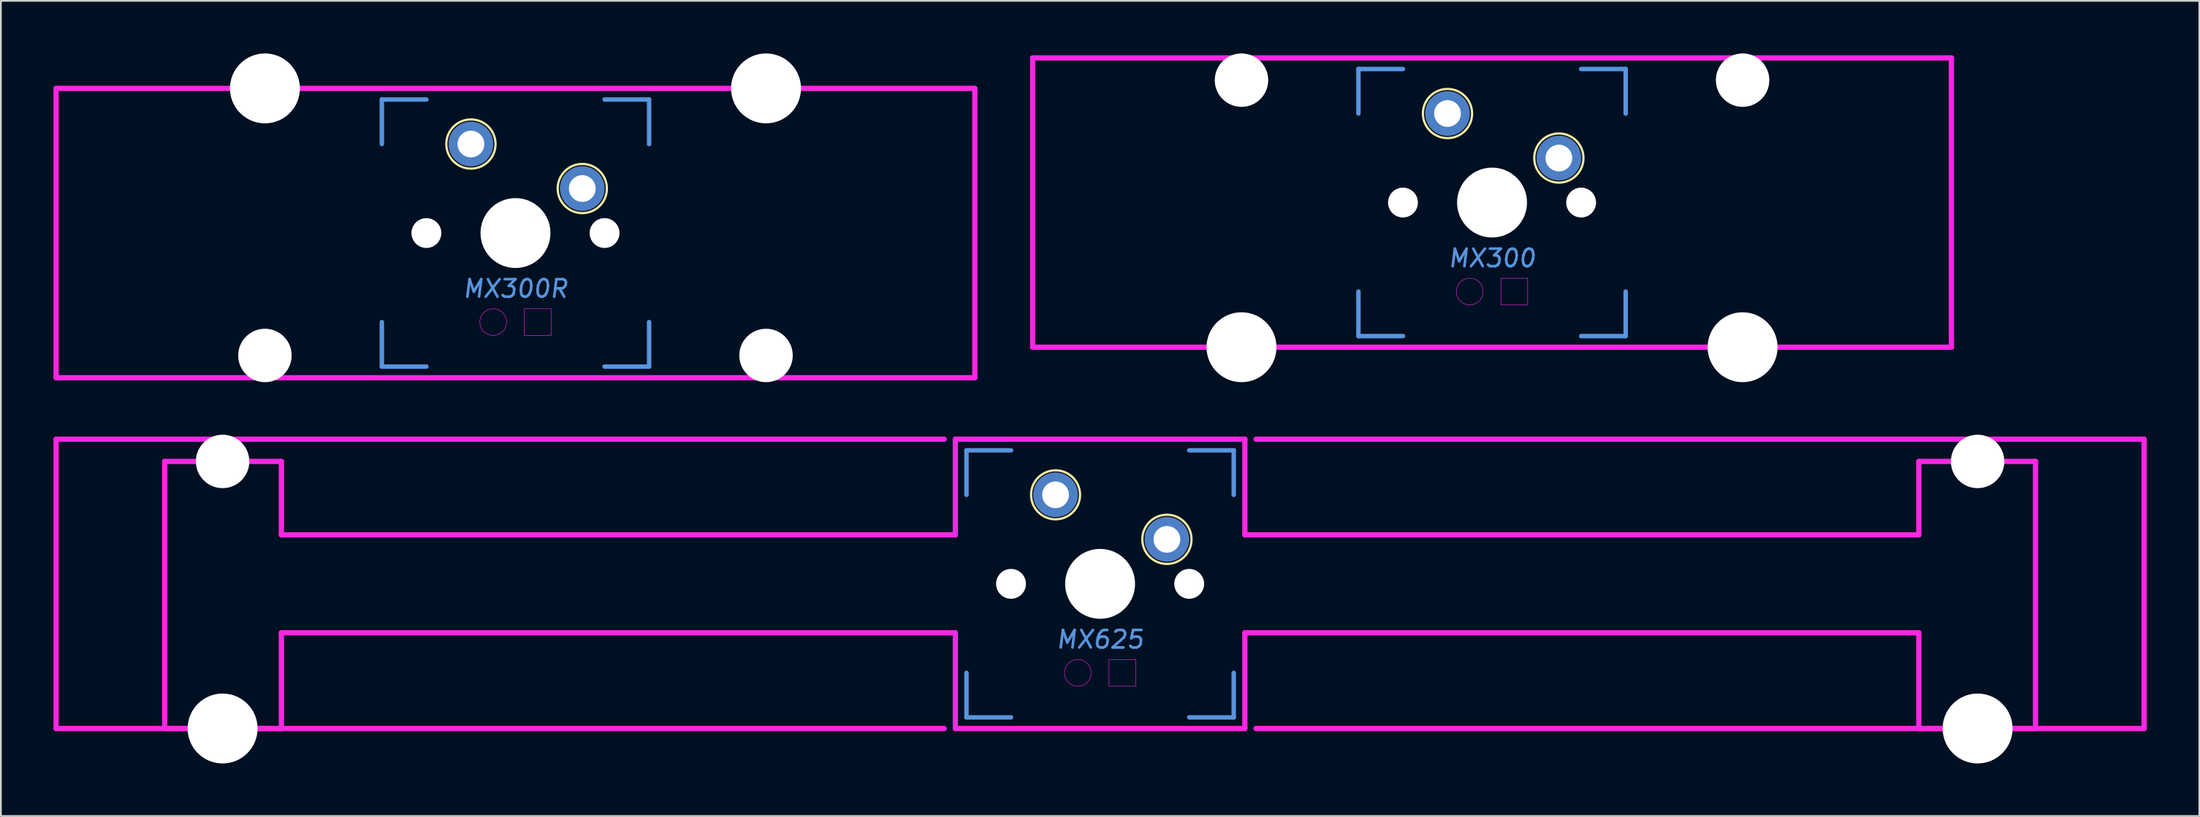
<source format=kicad_pcb>
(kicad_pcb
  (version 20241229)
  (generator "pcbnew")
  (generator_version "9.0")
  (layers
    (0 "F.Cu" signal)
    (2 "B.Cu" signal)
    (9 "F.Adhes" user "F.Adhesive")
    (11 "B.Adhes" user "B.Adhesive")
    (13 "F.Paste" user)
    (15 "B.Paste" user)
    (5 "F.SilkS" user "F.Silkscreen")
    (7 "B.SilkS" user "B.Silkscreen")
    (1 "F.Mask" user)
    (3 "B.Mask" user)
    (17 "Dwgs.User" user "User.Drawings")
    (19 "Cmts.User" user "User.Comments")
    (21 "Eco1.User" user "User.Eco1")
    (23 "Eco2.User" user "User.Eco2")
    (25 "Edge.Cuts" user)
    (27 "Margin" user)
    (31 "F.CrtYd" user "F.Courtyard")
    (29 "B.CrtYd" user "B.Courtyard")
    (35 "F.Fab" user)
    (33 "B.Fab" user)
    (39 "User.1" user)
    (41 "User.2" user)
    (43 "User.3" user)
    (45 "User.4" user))
  (footprint "MX300R"
    (layer "F.Cu")
    (at 26.344 10.249)
    (property "Reference" "MX300R" (at 0 3.175 0) (layer "Cmts.User") (effects (font (size 1 1) (thickness 0.15) (italic yes))))
    (attr through_hole)
    (fp_circle (center -2.54 -5.08) (end -1.143 -4.953) (stroke (width 0.127) (type solid)) (fill no) (layer "F.SilkS"))
    (fp_circle (center 3.81 -2.54) (end 5.207 -2.413) (stroke (width 0.127) (type solid)) (fill no) (layer "F.SilkS"))
    (fp_line (start -7.62 -7.62) (end -7.62 -5.08) (stroke (width 0.254) (type solid)) (layer "Cmts.User"))
    (fp_line (start -7.62 -7.62) (end -5.08 -7.62) (stroke (width 0.254) (type solid)) (layer "Cmts.User"))
    (fp_line (start -7.62 7.62) (end -7.62 5.08) (stroke (width 0.254) (type solid)) (layer "Cmts.User"))
    (fp_line (start -7.62 7.62) (end -5.08 7.62) (stroke (width 0.254) (type solid)) (layer "Cmts.User"))
    (fp_line (start 7.62 -7.62) (end 5.08 -7.62) (stroke (width 0.254) (type solid)) (layer "Cmts.User"))
    (fp_line (start 7.62 -7.62) (end 7.62 -5.08) (stroke (width 0.254) (type solid)) (layer "Cmts.User"))
    (fp_line (start 7.62 7.62) (end 5.08 7.62) (stroke (width 0.254) (type solid)) (layer "Cmts.User"))
    (fp_line (start 7.62 7.62) (end 7.62 5.08) (stroke (width 0.254) (type solid)) (layer "Cmts.User"))
    (fp_line (start -26.194 -8.255) (end -26.194 8.255) (stroke (width 0.3) (type solid)) (layer "F.CrtYd"))
    (fp_line (start -26.194 -8.255) (end 26.194 -8.255) (stroke (width 0.3) (type solid)) (layer "F.CrtYd"))
    (fp_line (start -26.194 8.255) (end 26.194 8.255) (stroke (width 0.3) (type solid)) (layer "F.CrtYd"))
    (fp_line (start 0.508 4.318) (end 2.032 4.318) (stroke (width 0.025) (type solid)) (layer "F.CrtYd"))
    (fp_line (start 0.508 5.842) (end 0.508 4.318) (stroke (width 0.025) (type solid)) (layer "F.CrtYd"))
    (fp_line (start 2.032 4.318) (end 2.032 5.842) (stroke (width 0.025) (type solid)) (layer "F.CrtYd"))
    (fp_line (start 2.032 5.842) (end 0.508 5.842) (stroke (width 0.025) (type solid)) (layer "F.CrtYd"))
    (fp_line (start 26.194 -8.255) (end 26.194 8.255) (stroke (width 0.3) (type solid)) (layer "F.CrtYd"))
    (fp_circle (center -1.27 5.08) (end -0.508 5.08) (stroke (width 0.025) (type solid)) (fill no) (layer "F.CrtYd"))
    (pad "" np_thru_hole circle (at -14.287 -8.255) (size 3.988 3.988) (drill 3.988) (layers "*.Cu" "*.Mask"))
    (pad "" np_thru_hole circle (at -14.287 6.985) (size 3.048 3.048) (drill 3.048) (layers "*.Cu" "*.Mask"))
    (pad "" np_thru_hole circle (at -5.08 0) (size 1.702 1.702) (drill 1.702) (layers "*.Cu" "*.Mask"))
    (pad "" np_thru_hole circle (at 0 0) (size 3.988 3.988) (drill 3.988) (layers "*.Cu" "*.Mask"))
    (pad "" np_thru_hole circle (at 5.08 0) (size 1.702 1.702) (drill 1.702) (layers "*.Cu" "*.Mask"))
    (pad "" np_thru_hole circle (at 14.287 -8.255) (size 3.988 3.988) (drill 3.988) (layers "*.Cu" "*.Mask"))
    (pad "" np_thru_hole circle (at 14.287 6.985) (size 3.048 3.048) (drill 3.048) (layers "*.Cu" "*.Mask"))
    (pad "1" thru_hole circle (at 3.81 -2.54) (size 2.54 2.54) (drill 1.524) (layers "*.Cu" "*.Mask"))
    (pad "2" thru_hole circle (at -2.54 -5.08) (size 2.54 2.54) (drill 1.524) (layers "*.Cu" "*.Mask")))
  (footprint "MX300"
    (layer "F.Cu")
    (at 82.031 8.509)
    (property "Reference" "MX300" (at 0 3.175 0) (layer "Cmts.User") (effects (font (size 1 1) (thickness 0.15) (italic yes))))
    (attr through_hole)
    (fp_circle (center -2.54 -5.08) (end -1.143 -4.953) (stroke (width 0.127) (type solid)) (fill no) (layer "F.SilkS"))
    (fp_circle (center 3.81 -2.54) (end 5.207 -2.413) (stroke (width 0.127) (type solid)) (fill no) (layer "F.SilkS"))
    (fp_line (start -7.62 -7.62) (end -7.62 -5.08) (stroke (width 0.254) (type solid)) (layer "Cmts.User"))
    (fp_line (start -7.62 -7.62) (end -5.08 -7.62) (stroke (width 0.254) (type solid)) (layer "Cmts.User"))
    (fp_line (start -7.62 7.62) (end -7.62 5.08) (stroke (width 0.254) (type solid)) (layer "Cmts.User"))
    (fp_line (start -7.62 7.62) (end -5.08 7.62) (stroke (width 0.254) (type solid)) (layer "Cmts.User"))
    (fp_line (start 7.62 -7.62) (end 5.08 -7.62) (stroke (width 0.254) (type solid)) (layer "Cmts.User"))
    (fp_line (start 7.62 -7.62) (end 7.62 -5.08) (stroke (width 0.254) (type solid)) (layer "Cmts.User"))
    (fp_line (start 7.62 7.62) (end 5.08 7.62) (stroke (width 0.254) (type solid)) (layer "Cmts.User"))
    (fp_line (start 7.62 7.62) (end 7.62 5.08) (stroke (width 0.254) (type solid)) (layer "Cmts.User"))
    (fp_line (start -26.194 -8.255) (end -26.194 8.255) (stroke (width 0.3) (type solid)) (layer "F.CrtYd"))
    (fp_line (start -26.194 -8.255) (end 26.194 -8.255) (stroke (width 0.3) (type solid)) (layer "F.CrtYd"))
    (fp_line (start -26.194 8.255) (end 26.194 8.255) (stroke (width 0.3) (type solid)) (layer "F.CrtYd"))
    (fp_line (start 0.508 4.318) (end 2.032 4.318) (stroke (width 0.025) (type solid)) (layer "F.CrtYd"))
    (fp_line (start 0.508 5.842) (end 0.508 4.318) (stroke (width 0.025) (type solid)) (layer "F.CrtYd"))
    (fp_line (start 2.032 4.318) (end 2.032 5.842) (stroke (width 0.025) (type solid)) (layer "F.CrtYd"))
    (fp_line (start 2.032 5.842) (end 0.508 5.842) (stroke (width 0.025) (type solid)) (layer "F.CrtYd"))
    (fp_line (start 26.194 -8.255) (end 26.194 8.255) (stroke (width 0.3) (type solid)) (layer "F.CrtYd"))
    (fp_circle (center -1.27 5.08) (end -0.508 5.08) (stroke (width 0.025) (type solid)) (fill no) (layer "F.CrtYd"))
    (pad "" np_thru_hole circle (at -14.287 -6.985) (size 3.048 3.048) (drill 3.048) (layers "*.Cu" "*.Mask"))
    (pad "" np_thru_hole circle (at -14.287 8.255) (size 3.988 3.988) (drill 3.988) (layers "*.Cu" "*.Mask"))
    (pad "" np_thru_hole circle (at -5.08 0) (size 1.702 1.702) (drill 1.702) (layers "*.Cu" "*.Mask"))
    (pad "" np_thru_hole circle (at 0 0) (size 3.988 3.988) (drill 3.988) (layers "*.Cu" "*.Mask"))
    (pad "" np_thru_hole circle (at 5.08 0) (size 1.702 1.702) (drill 1.702) (layers "*.Cu" "*.Mask"))
    (pad "" np_thru_hole circle (at 14.287 -6.985) (size 3.048 3.048) (drill 3.048) (layers "*.Cu" "*.Mask"))
    (pad "" np_thru_hole circle (at 14.287 8.255) (size 3.988 3.988) (drill 3.988) (layers "*.Cu" "*.Mask"))
    (pad "1" thru_hole circle (at 3.81 -2.54) (size 2.54 2.54) (drill 1.524) (layers "*.Cu" "*.Mask"))
    (pad "2" thru_hole circle (at -2.54 -5.08) (size 2.54 2.54) (drill 1.524) (layers "*.Cu" "*.Mask")))
  (footprint "MX625"
    (layer "F.Cu")
    (at 59.681 30.267)
    (property "Reference" "MX625" (at 0 3.175 0) (layer "Cmts.User") (effects (font (size 1 1) (thickness 0.15) (italic yes))))
    (attr through_hole)
    (fp_circle (center -2.54 -5.08) (end -1.143 -5.08) (stroke (width 0.127) (type solid)) (fill no) (layer "F.SilkS"))
    (fp_circle (center 3.81 -2.54) (end 5.207 -2.413) (stroke (width 0.127) (type solid)) (fill no) (layer "F.SilkS"))
    (fp_line (start -7.62 -7.62) (end -7.62 -5.08) (stroke (width 0.254) (type solid)) (layer "Cmts.User"))
    (fp_line (start -7.62 -7.62) (end -5.08 -7.62) (stroke (width 0.254) (type solid)) (layer "Cmts.User"))
    (fp_line (start -7.62 7.62) (end -7.62 5.08) (stroke (width 0.254) (type solid)) (layer "Cmts.User"))
    (fp_line (start -7.62 7.62) (end -5.08 7.62) (stroke (width 0.254) (type solid)) (layer "Cmts.User"))
    (fp_line (start 7.62 -7.62) (end 5.08 -7.62) (stroke (width 0.254) (type solid)) (layer "Cmts.User"))
    (fp_line (start 7.62 -7.62) (end 7.62 -5.08) (stroke (width 0.254) (type solid)) (layer "Cmts.User"))
    (fp_line (start 7.62 7.62) (end 5.08 7.62) (stroke (width 0.254) (type solid)) (layer "Cmts.User"))
    (fp_line (start 7.62 7.62) (end 7.62 5.08) (stroke (width 0.254) (type solid)) (layer "Cmts.User"))
    (fp_line (start -59.531 -8.255) (end -59.531 8.255) (stroke (width 0.3) (type solid)) (layer "F.CrtYd"))
    (fp_line (start -59.531 -8.255) (end -8.89 -8.255) (stroke (width 0.3) (type solid)) (layer "F.CrtYd"))
    (fp_line (start -59.531 8.255) (end -8.89 8.255) (stroke (width 0.3) (type solid)) (layer "F.CrtYd"))
    (fp_line (start -53.34 -6.985) (end -53.34 8.255) (stroke (width 0.3) (type solid)) (layer "F.CrtYd"))
    (fp_line (start -53.34 -6.985) (end -46.685 -6.985) (stroke (width 0.3) (type solid)) (layer "F.CrtYd"))
    (fp_line (start -53.34 8.255) (end -46.685 8.255) (stroke (width 0.3) (type solid)) (layer "F.CrtYd"))
    (fp_line (start -46.685 -6.985) (end -46.685 -2.794) (stroke (width 0.3) (type solid)) (layer "F.CrtYd"))
    (fp_line (start -46.685 -2.794) (end -8.255 -2.794) (stroke (width 0.3) (type solid)) (layer "F.CrtYd"))
    (fp_line (start -46.685 2.794) (end -46.685 8.255) (stroke (width 0.3) (type solid)) (layer "F.CrtYd"))
    (fp_line (start -46.685 2.794) (end -8.255 2.794) (stroke (width 0.3) (type solid)) (layer "F.CrtYd"))
    (fp_line (start -8.255 -8.255) (end -8.255 -2.794) (stroke (width 0.3) (type solid)) (layer "F.CrtYd"))
    (fp_line (start -8.255 2.794) (end -8.255 8.255) (stroke (width 0.3) (type solid)) (layer "F.CrtYd"))
    (fp_line (start -8.255 8.255) (end 8.255 8.255) (stroke (width 0.3) (type solid)) (layer "F.CrtYd"))
    (fp_line (start 0.508 4.318) (end 2.032 4.318) (stroke (width 0.025) (type solid)) (layer "F.CrtYd"))
    (fp_line (start 0.508 5.842) (end 0.508 4.318) (stroke (width 0.025) (type solid)) (layer "F.CrtYd"))
    (fp_line (start 2.032 4.318) (end 2.032 5.842) (stroke (width 0.025) (type solid)) (layer "F.CrtYd"))
    (fp_line (start 2.032 5.842) (end 0.508 5.842) (stroke (width 0.025) (type solid)) (layer "F.CrtYd"))
    (fp_line (start 8.255 -8.255) (end -8.255 -8.255) (stroke (width 0.3) (type solid)) (layer "F.CrtYd"))
    (fp_line (start 8.255 -8.255) (end 8.255 -2.794) (stroke (width 0.3) (type solid)) (layer "F.CrtYd"))
    (fp_line (start 8.255 -2.794) (end 46.685 -2.794) (stroke (width 0.3) (type solid)) (layer "F.CrtYd"))
    (fp_line (start 8.255 2.794) (end 8.255 8.255) (stroke (width 0.3) (type solid)) (layer "F.CrtYd"))
    (fp_line (start 8.255 2.794) (end 46.685 2.794) (stroke (width 0.3) (type solid)) (layer "F.CrtYd"))
    (fp_line (start 46.685 -6.985) (end 46.685 -2.794) (stroke (width 0.3) (type solid)) (layer "F.CrtYd"))
    (fp_line (start 46.685 -6.985) (end 53.34 -6.985) (stroke (width 0.3) (type solid)) (layer "F.CrtYd"))
    (fp_line (start 46.685 2.794) (end 46.685 8.255) (stroke (width 0.3) (type solid)) (layer "F.CrtYd"))
    (fp_line (start 46.685 8.255) (end 53.34 8.255) (stroke (width 0.3) (type solid)) (layer "F.CrtYd"))
    (fp_line (start 53.34 -6.985) (end 53.34 8.255) (stroke (width 0.3) (type solid)) (layer "F.CrtYd"))
    (fp_line (start 59.531 -8.255) (end 8.89 -8.255) (stroke (width 0.3) (type solid)) (layer "F.CrtYd"))
    (fp_line (start 59.531 -8.255) (end 59.531 8.255) (stroke (width 0.3) (type solid)) (layer "F.CrtYd"))
    (fp_line (start 59.531 8.255) (end 8.89 8.255) (stroke (width 0.3) (type solid)) (layer "F.CrtYd"))
    (fp_circle (center -1.27 5.08) (end -0.508 5.08) (stroke (width 0.025) (type solid)) (fill no) (layer "F.CrtYd"))
    (pad "" np_thru_hole circle (at -50.038 -6.985) (size 3.048 3.048) (drill 3.048) (layers "*.Cu" "*.Mask"))
    (pad "" np_thru_hole circle (at -50.038 8.255) (size 3.988 3.988) (drill 3.988) (layers "*.Cu" "*.Mask"))
    (pad "" np_thru_hole circle (at -5.08 0) (size 1.702 1.702) (drill 1.702) (layers "*.Cu" "*.Mask"))
    (pad "" np_thru_hole circle (at 0 0) (size 3.988 3.988) (drill 3.988) (layers "*.Cu" "*.Mask"))
    (pad "" np_thru_hole circle (at 5.08 0) (size 1.702 1.702) (drill 1.702) (layers "*.Cu" "*.Mask"))
    (pad "" np_thru_hole circle (at 50.038 -6.985) (size 3.048 3.048) (drill 3.048) (layers "*.Cu" "*.Mask"))
    (pad "" np_thru_hole circle (at 50.038 8.255) (size 3.988 3.988) (drill 3.988) (layers "*.Cu" "*.Mask"))
    (pad "1" thru_hole circle (at -2.54 -5.08) (size 2.54 2.54) (drill 1.524) (layers "*.Cu" "*.Mask"))
    (pad "2" thru_hole circle (at 3.81 -2.54) (size 2.54 2.54) (drill 1.524) (layers "*.Cu" "*.Mask")))
  (gr_rect
    (start -3 -3)
    (end 122.362 43.516)
    (stroke (width 0.1) (type default))
    (fill no)
    (layer "Edge.Cuts")))
</source>
